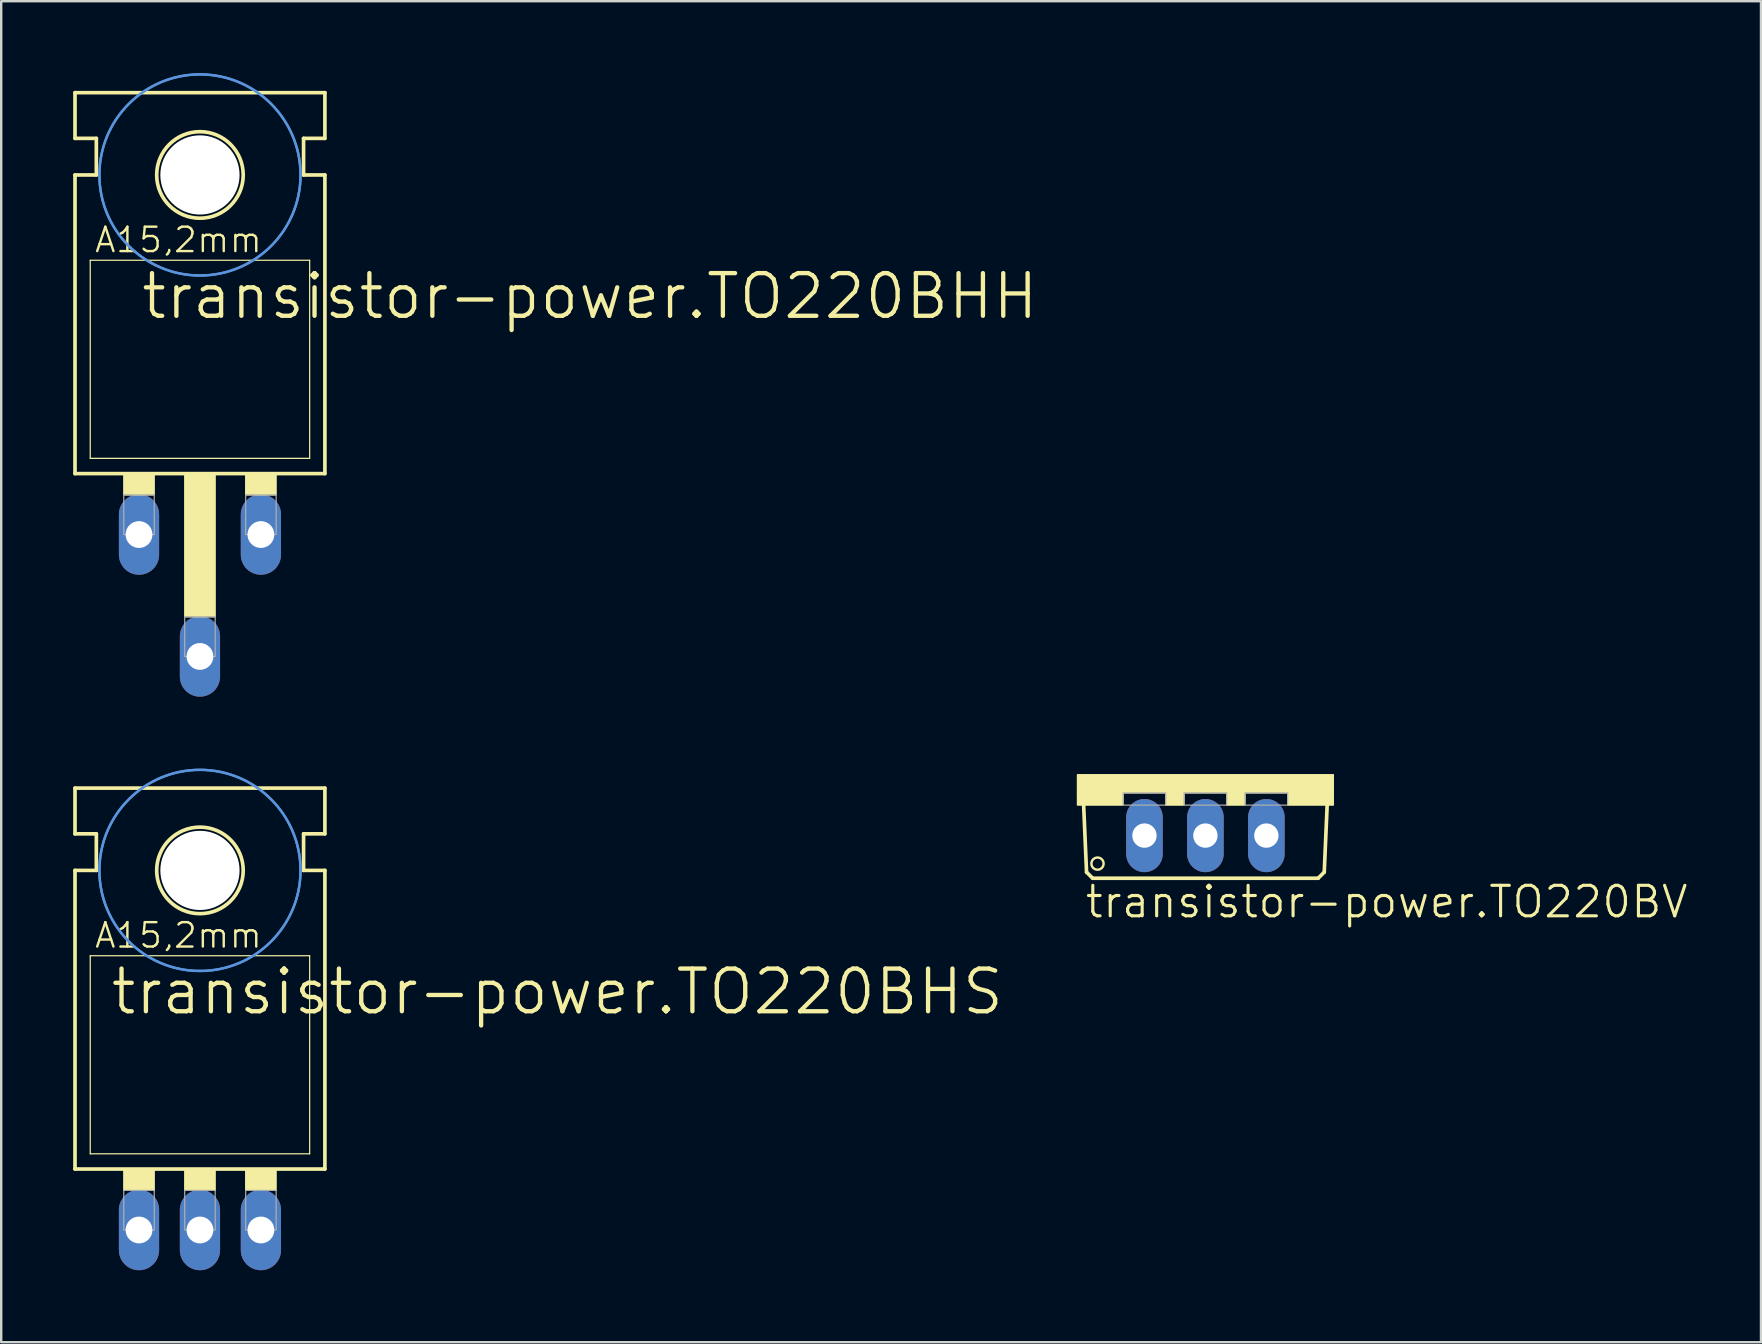
<source format=kicad_pcb>
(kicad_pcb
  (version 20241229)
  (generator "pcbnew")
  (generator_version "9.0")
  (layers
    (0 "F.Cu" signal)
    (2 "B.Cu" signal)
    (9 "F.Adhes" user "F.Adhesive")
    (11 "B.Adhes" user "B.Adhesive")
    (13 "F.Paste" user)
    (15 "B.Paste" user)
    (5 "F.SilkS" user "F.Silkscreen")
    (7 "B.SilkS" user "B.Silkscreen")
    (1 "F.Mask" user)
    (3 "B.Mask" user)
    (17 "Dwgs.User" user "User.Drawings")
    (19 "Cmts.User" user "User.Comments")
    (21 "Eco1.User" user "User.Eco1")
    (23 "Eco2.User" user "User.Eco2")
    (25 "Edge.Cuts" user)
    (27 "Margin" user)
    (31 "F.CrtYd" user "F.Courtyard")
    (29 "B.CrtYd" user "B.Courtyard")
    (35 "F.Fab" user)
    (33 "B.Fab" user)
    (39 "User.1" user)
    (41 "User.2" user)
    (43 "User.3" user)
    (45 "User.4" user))
  (footprint "transistor-power.TO220BV"
    (layer "F.Cu")
    (at 47.185 29.233)
    (property "Reference" "transistor-power.TO220BV" (at -5.08 6.045 0) (layer "F.SilkS") (effects (font (size 1.27 1.27) (thickness 0.13)) (justify left bottom)))
    (attr through_hole)
    (fp_line (start -4.953 4.064) (end -5.08 1.143) (stroke (width 0.152) (type default)) (layer "F.SilkS"))
    (fp_line (start -4.953 4.064) (end -4.699 4.318) (stroke (width 0.152) (type default)) (layer "F.SilkS"))
    (fp_line (start 4.699 4.318) (end -4.699 4.318) (stroke (width 0.152) (type default)) (layer "F.SilkS"))
    (fp_line (start 4.699 4.318) (end 4.953 4.064) (stroke (width 0.152) (type default)) (layer "F.SilkS"))
    (fp_line (start 5.08 1.143) (end 4.953 4.064) (stroke (width 0.152) (type default)) (layer "F.SilkS"))
    (fp_rect (start -5.334 0.762) (end 5.334 0) (stroke (width 0.05) (type default)) (fill yes) (layer "F.SilkS"))
    (fp_rect (start -5.334 1.27) (end -3.429 0.762) (stroke (width 0.05) (type default)) (fill yes) (layer "F.SilkS"))
    (fp_rect (start -1.651 1.27) (end -0.889 0.762) (stroke (width 0.05) (type default)) (fill yes) (layer "F.SilkS"))
    (fp_rect (start 0.889 1.27) (end 1.651 0.762) (stroke (width 0.05) (type default)) (fill yes) (layer "F.SilkS"))
    (fp_rect (start 3.429 1.27) (end 5.334 0.762) (stroke (width 0.05) (type default)) (fill yes) (layer "F.SilkS"))
    (fp_circle (center -4.496 3.708) (end -4.242 3.708) (stroke (width 0.1) (type default)) (fill no) (layer "F.SilkS"))
    (fp_rect (start -3.429 1.27) (end -1.651 0.762) (stroke (width 0.05) (type default)) (fill no) (layer "F.Fab"))
    (fp_rect (start -0.889 1.27) (end 0.889 0.762) (stroke (width 0.05) (type default)) (fill no) (layer "F.Fab"))
    (fp_rect (start 1.651 1.27) (end 3.429 0.762) (stroke (width 0.05) (type default)) (fill no) (layer "F.Fab"))
    (pad "D" thru_hole oval (at 0 2.54 90) (size 3.048 1.524) (drill 1.016) (layers "*.Cu" "*.Mask"))
    (pad "G" thru_hole oval (at -2.54 2.54 90) (size 3.048 1.524) (drill 1.016) (layers "*.Cu" "*.Mask"))
    (pad "S" thru_hole oval (at 2.54 2.54 90) (size 3.048 1.524) (drill 1.016) (layers "*.Cu" "*.Mask")))
  (footprint "transistor-power.TO220BHH"
    (layer "F.Cu")
    (at 5.283 15.417)
    (property "Reference" "transistor-power.TO220BHH" (at -2.54 -5.08 0) (layer "F.SilkS") (effects (font (size 1.778 1.778) (thickness 0.18)) (justify left bottom)))
    (attr through_hole)
    (fp_line (start -5.207 -12.7) (end -5.207 -14.605) (stroke (width 0.152) (type default)) (layer "F.SilkS"))
    (fp_line (start -5.207 -11.176) (end -4.318 -11.176) (stroke (width 0.152) (type default)) (layer "F.SilkS"))
    (fp_line (start -5.207 1.27) (end -5.207 -11.176) (stroke (width 0.152) (type default)) (layer "F.SilkS"))
    (fp_line (start -5.207 1.27) (end 5.207 1.27) (stroke (width 0.152) (type default)) (layer "F.SilkS"))
    (fp_line (start -4.572 0.635) (end -4.572 -7.62) (stroke (width 0.051) (type default)) (layer "F.SilkS"))
    (fp_line (start -4.572 0.635) (end 4.572 0.635) (stroke (width 0.051) (type default)) (layer "F.SilkS"))
    (fp_line (start -4.318 -12.7) (end -5.207 -12.7) (stroke (width 0.152) (type default)) (layer "F.SilkS"))
    (fp_line (start -4.318 -11.176) (end -4.318 -12.7) (stroke (width 0.152) (type default)) (layer "F.SilkS"))
    (fp_line (start 4.318 -12.7) (end 5.207 -12.7) (stroke (width 0.152) (type default)) (layer "F.SilkS"))
    (fp_line (start 4.318 -11.176) (end 4.318 -12.7) (stroke (width 0.152) (type default)) (layer "F.SilkS"))
    (fp_line (start 4.572 -7.62) (end -4.572 -7.62) (stroke (width 0.051) (type default)) (layer "F.SilkS"))
    (fp_line (start 4.572 -7.62) (end 4.572 0.635) (stroke (width 0.051) (type default)) (layer "F.SilkS"))
    (fp_line (start 5.207 -14.605) (end -5.207 -14.605) (stroke (width 0.152) (type default)) (layer "F.SilkS"))
    (fp_line (start 5.207 -12.7) (end 5.207 -14.605) (stroke (width 0.152) (type default)) (layer "F.SilkS"))
    (fp_line (start 5.207 -11.176) (end 4.318 -11.176) (stroke (width 0.152) (type default)) (layer "F.SilkS"))
    (fp_line (start 5.207 1.27) (end 5.207 -11.176) (stroke (width 0.152) (type default)) (layer "F.SilkS"))
    (fp_rect (start -3.175 2.159) (end -1.905 1.27) (stroke (width 0.05) (type default)) (fill yes) (layer "F.SilkS"))
    (fp_rect (start -0.635 7.239) (end 0.635 1.27) (stroke (width 0.05) (type default)) (fill yes) (layer "F.SilkS"))
    (fp_rect (start 1.905 2.159) (end 3.175 1.27) (stroke (width 0.05) (type default)) (fill yes) (layer "F.SilkS"))
    (fp_circle (center 0 -11.176) (end 1.803 -11.176) (stroke (width 0.152) (type default)) (fill no) (layer "F.SilkS"))
    (fp_circle (center 0 -11.176) (end 4.191 -11.176) (stroke (width 0.1) (type default)) (fill no) (layer "Cmts.User"))
    (fp_circle (center 0 -11.176) (end 4.191 -11.176) (stroke (width 0.1) (type default)) (fill no) (layer "Cmts.User"))
    (fp_rect (start -3.175 3.81) (end -1.905 2.159) (stroke (width 0.05) (type default)) (fill no) (layer "F.Fab"))
    (fp_rect (start -0.635 8.89) (end 0.635 7.239) (stroke (width 0.05) (type default)) (fill no) (layer "F.Fab"))
    (fp_rect (start 1.905 3.81) (end 3.175 2.159) (stroke (width 0.05) (type default)) (fill no) (layer "F.Fab"))
    (fp_text user "A15,2mm" (at -4.445 -7.874 0) (layer "F.SilkS") (effects (font (size 1.016 1.016) (thickness 0.1)) (justify left bottom)))
    (pad "" np_thru_hole circle (at 0 -11.176) (size 3.302 3.302) (drill 3.302) (layers "*.Cu" "*.Mask"))
    (pad "D" thru_hole oval (at 0 8.89 90) (size 3.353 1.676) (drill 1.118) (layers "*.Cu" "*.Mask"))
    (pad "G" thru_hole oval (at -2.54 3.81 90) (size 3.353 1.676) (drill 1.118) (layers "*.Cu" "*.Mask"))
    (pad "S" thru_hole oval (at 2.54 3.81 90) (size 3.353 1.676) (drill 1.118) (layers "*.Cu" "*.Mask")))
  (footprint "transistor-power.TO220BHS"
    (layer "F.Cu")
    (at 5.283 44.4)
    (property "Reference" "transistor-power.TO220BHS" (at -3.81 -5.08 0) (layer "F.SilkS") (effects (font (size 1.778 1.778) (thickness 0.18)) (justify left bottom)))
    (attr through_hole)
    (fp_line (start -5.207 -12.7) (end -5.207 -14.605) (stroke (width 0.152) (type default)) (layer "F.SilkS"))
    (fp_line (start -5.207 -11.176) (end -4.318 -11.176) (stroke (width 0.152) (type default)) (layer "F.SilkS"))
    (fp_line (start -5.207 1.27) (end -5.207 -11.176) (stroke (width 0.152) (type default)) (layer "F.SilkS"))
    (fp_line (start -5.207 1.27) (end 5.207 1.27) (stroke (width 0.152) (type default)) (layer "F.SilkS"))
    (fp_line (start -4.572 0.635) (end -4.572 -7.62) (stroke (width 0.051) (type default)) (layer "F.SilkS"))
    (fp_line (start -4.572 0.635) (end 4.572 0.635) (stroke (width 0.051) (type default)) (layer "F.SilkS"))
    (fp_line (start -4.318 -12.7) (end -5.207 -12.7) (stroke (width 0.152) (type default)) (layer "F.SilkS"))
    (fp_line (start -4.318 -11.176) (end -4.318 -12.7) (stroke (width 0.152) (type default)) (layer "F.SilkS"))
    (fp_line (start 4.318 -12.7) (end 5.207 -12.7) (stroke (width 0.152) (type default)) (layer "F.SilkS"))
    (fp_line (start 4.318 -11.176) (end 4.318 -12.7) (stroke (width 0.152) (type default)) (layer "F.SilkS"))
    (fp_line (start 4.572 -7.62) (end -4.572 -7.62) (stroke (width 0.051) (type default)) (layer "F.SilkS"))
    (fp_line (start 4.572 -7.62) (end 4.572 0.635) (stroke (width 0.051) (type default)) (layer "F.SilkS"))
    (fp_line (start 5.207 -14.605) (end -5.207 -14.605) (stroke (width 0.152) (type default)) (layer "F.SilkS"))
    (fp_line (start 5.207 -12.7) (end 5.207 -14.605) (stroke (width 0.152) (type default)) (layer "F.SilkS"))
    (fp_line (start 5.207 -11.176) (end 4.318 -11.176) (stroke (width 0.152) (type default)) (layer "F.SilkS"))
    (fp_line (start 5.207 1.27) (end 5.207 -11.176) (stroke (width 0.152) (type default)) (layer "F.SilkS"))
    (fp_rect (start -3.175 2.159) (end -1.905 1.27) (stroke (width 0.05) (type default)) (fill yes) (layer "F.SilkS"))
    (fp_rect (start -0.635 2.159) (end 0.635 1.27) (stroke (width 0.05) (type default)) (fill yes) (layer "F.SilkS"))
    (fp_rect (start 1.905 2.159) (end 3.175 1.27) (stroke (width 0.05) (type default)) (fill yes) (layer "F.SilkS"))
    (fp_circle (center 0 -11.176) (end 1.803 -11.176) (stroke (width 0.152) (type default)) (fill no) (layer "F.SilkS"))
    (fp_circle (center 0 -11.176) (end 4.191 -11.176) (stroke (width 0.1) (type default)) (fill no) (layer "Cmts.User"))
    (fp_circle (center 0 -11.176) (end 4.191 -11.176) (stroke (width 0.1) (type default)) (fill no) (layer "Cmts.User"))
    (fp_rect (start -3.175 3.81) (end -1.905 2.159) (stroke (width 0.05) (type default)) (fill no) (layer "F.Fab"))
    (fp_rect (start -0.635 3.81) (end 0.635 2.159) (stroke (width 0.05) (type default)) (fill no) (layer "F.Fab"))
    (fp_rect (start 1.905 3.81) (end 3.175 2.159) (stroke (width 0.05) (type default)) (fill no) (layer "F.Fab"))
    (fp_text user "A15,2mm" (at -4.445 -7.874 0) (layer "F.SilkS") (effects (font (size 1.016 1.016) (thickness 0.1)) (justify left bottom)))
    (pad "" np_thru_hole circle (at 0 -11.176) (size 3.302 3.302) (drill 3.302) (layers "*.Cu" "*.Mask"))
    (pad "D" thru_hole oval (at 0 3.81 90) (size 3.353 1.676) (drill 1.118) (layers "*.Cu" "*.Mask"))
    (pad "G" thru_hole oval (at -2.54 3.81 90) (size 3.353 1.676) (drill 1.118) (layers "*.Cu" "*.Mask"))
    (pad "S" thru_hole oval (at 2.54 3.81 90) (size 3.353 1.676) (drill 1.118) (layers "*.Cu" "*.Mask")))
  (gr_rect
    (start -3 -3)
    (end 70.339 52.887)
    (stroke (width 0.1) (type default))
    (fill no)
    (layer "Edge.Cuts")))
</source>
